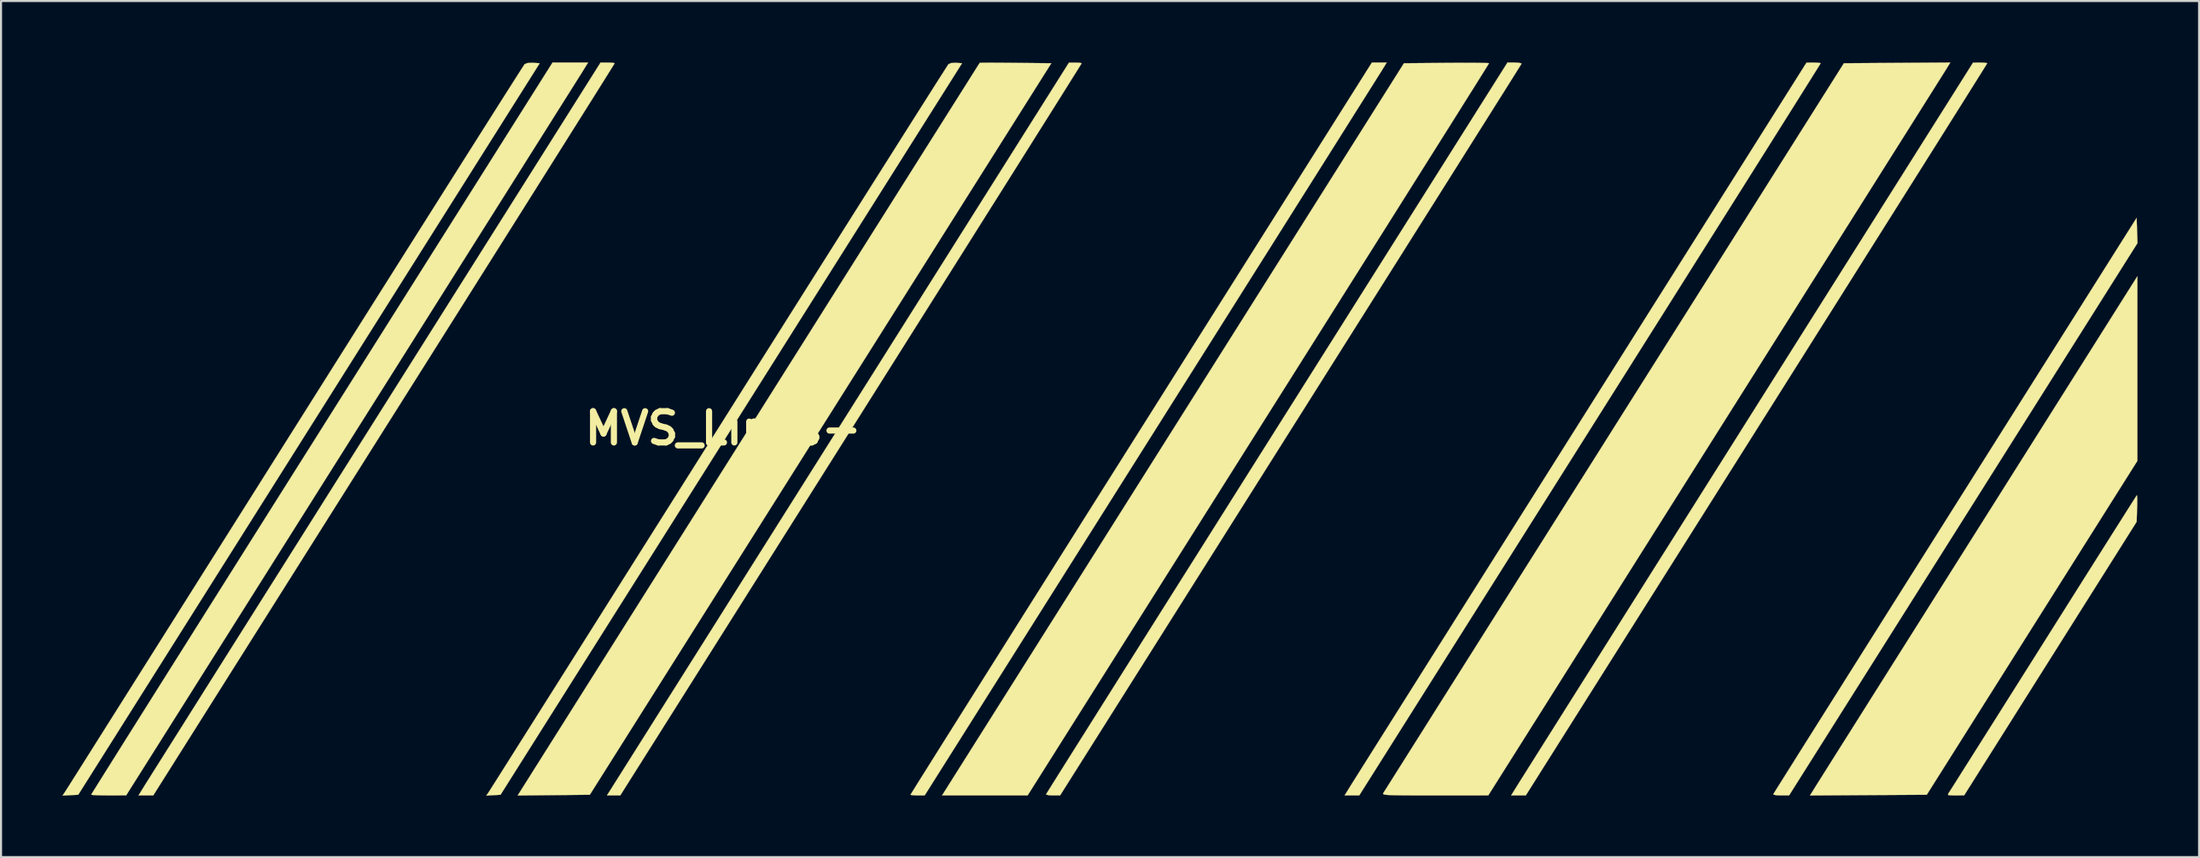
<source format=kicad_pcb>
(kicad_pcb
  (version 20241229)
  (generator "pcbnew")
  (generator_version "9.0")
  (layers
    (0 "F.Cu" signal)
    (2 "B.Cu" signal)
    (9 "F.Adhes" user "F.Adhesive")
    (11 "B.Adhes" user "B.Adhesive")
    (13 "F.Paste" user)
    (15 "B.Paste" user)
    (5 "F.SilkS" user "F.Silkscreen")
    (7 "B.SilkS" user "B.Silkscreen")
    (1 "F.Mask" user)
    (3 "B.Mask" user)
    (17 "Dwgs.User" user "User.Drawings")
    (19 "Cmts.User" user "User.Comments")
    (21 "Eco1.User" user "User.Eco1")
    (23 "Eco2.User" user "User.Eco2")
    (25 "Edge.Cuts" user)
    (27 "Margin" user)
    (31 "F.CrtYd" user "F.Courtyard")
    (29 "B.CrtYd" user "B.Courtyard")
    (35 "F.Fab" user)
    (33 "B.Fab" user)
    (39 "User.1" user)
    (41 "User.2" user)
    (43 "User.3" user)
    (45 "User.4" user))
  (footprint "MVS_Lines-"
    (layer "F.Cu")
    (at 32.244 17.873)
    (property "Reference" "MVS_Lines-" (at 0 0 0) (layer "F.SilkS") (effects (font (size 1.524 1.524) (thickness 0.3))))
    (attr through_hole)
    (fp_poly (pts (xy 69.015 1.591) (xy 63.876 9.745) (xy 58.737 17.9) (xy 55.888 17.917) (xy 53.038 17.935) (xy 53.277 17.551) (xy 53.336 17.457) (xy 53.465 17.252) (xy 53.659 16.944) (xy 53.915 16.537) (xy 54.23 16.036) (xy 54.601 15.447) (xy 55.024 14.776) (xy 55.495 14.029) (xy 56.01 13.21) (xy 56.568 12.325) (xy 57.163 11.38) (xy 57.793 10.381) (xy 58.454 9.332) (xy 59.142 8.239) (xy 59.855 7.108) (xy 60.588 5.945) (xy 61.266 4.87) (xy 69.015 -7.427) (xy 69.015 1.591)) (stroke (width 0.01) (type solid)) (fill yes) (layer "F.SilkS"))
    (fp_poly (pts (xy 69.021 -9.049) (xy 60.519 4.442) (xy 52.017 17.933) (xy 51.62 17.933) (xy 51.407 17.924) (xy 51.274 17.898) (xy 51.248 17.873) (xy 51.286 17.811) (xy 51.393 17.638) (xy 51.567 17.36) (xy 51.805 16.982) (xy 52.103 16.508) (xy 52.457 15.943) (xy 52.866 15.293) (xy 53.326 14.562) (xy 53.833 13.756) (xy 54.385 12.88) (xy 54.978 11.937) (xy 55.61 10.934) (xy 56.276 9.876) (xy 56.975 8.766) (xy 57.702 7.612) (xy 58.456 6.416) (xy 59.232 5.185) (xy 60.027 3.922) (xy 60.125 3.767) (xy 68.979 -10.28) (xy 69.021 -9.049)) (stroke (width 0.01) (type solid)) (fill yes) (layer "F.SilkS"))
    (fp_poly (pts (xy 36.725 -17.853) (xy 37.051 -17.849) (xy 37.273 -17.843) (xy 37.371 -17.835) (xy 37.374 -17.833) (xy 37.338 -17.773) (xy 37.232 -17.602) (xy 37.059 -17.325) (xy 36.822 -16.945) (xy 36.523 -16.468) (xy 36.164 -15.897) (xy 35.75 -15.237) (xy 35.283 -14.493) (xy 34.764 -13.669) (xy 34.198 -12.768) (xy 33.587 -11.797) (xy 32.934 -10.758) (xy 32.241 -9.657) (xy 31.511 -8.498) (xy 30.747 -7.285) (xy 29.952 -6.022) (xy 29.129 -4.715) (xy 28.28 -3.367) (xy 27.408 -1.983) (xy 26.515 -0.567) (xy 26.115 0.068) (xy 14.856 17.933) (xy 10.681 17.933) (xy 21.952 0.05) (xy 33.222 -17.833) (xy 35.298 -17.851) (xy 35.83 -17.854) (xy 36.312 -17.855) (xy 36.725 -17.853)) (stroke (width 0.01) (type solid)) (fill yes) (layer "F.SilkS"))
    (fp_poly (pts (xy 69.004 3.315) (xy 69.009 3.47) (xy 69.008 3.705) (xy 69.002 3.901) (xy 68.979 4.567) (xy 60.561 17.93) (xy 60.142 17.932) (xy 59.908 17.93) (xy 59.794 17.916) (xy 59.772 17.876) (xy 59.816 17.798) (xy 59.827 17.783) (xy 59.876 17.708) (xy 59.993 17.524) (xy 60.173 17.239) (xy 60.413 16.859) (xy 60.707 16.393) (xy 61.052 15.847) (xy 61.442 15.229) (xy 61.874 14.545) (xy 62.342 13.802) (xy 62.842 13.009) (xy 63.37 12.171) (xy 63.922 11.296) (xy 64.444 10.467) (xy 65.011 9.567) (xy 65.558 8.699) (xy 66.08 7.87) (xy 66.574 7.087) (xy 67.034 6.358) (xy 67.457 5.688) (xy 67.837 5.085) (xy 68.172 4.557) (xy 68.455 4.109) (xy 68.683 3.749) (xy 68.851 3.484) (xy 68.956 3.321) (xy 68.991 3.267) (xy 69.004 3.315)) (stroke (width 0.01) (type solid)) (fill yes) (layer "F.SilkS"))
    (fp_poly (pts (xy -5.441 -17.86) (xy -5.317 -17.843) (xy -5.298 -17.832) (xy -5.334 -17.772) (xy -5.44 -17.601) (xy -5.613 -17.324) (xy -5.85 -16.944) (xy -6.149 -16.467) (xy -6.507 -15.896) (xy -6.922 -15.237) (xy -7.389 -14.493) (xy -7.908 -13.668) (xy -8.474 -12.768) (xy -9.085 -11.797) (xy -9.738 -10.758) (xy -10.431 -9.657) (xy -11.161 -8.498) (xy -11.925 -7.285) (xy -12.72 -6.022) (xy -13.543 -4.715) (xy -14.392 -3.367) (xy -15.264 -1.983) (xy -16.156 -0.567) (xy -16.557 0.068) (xy -27.816 17.933) (xy -28.534 17.933) (xy -28.291 17.54) (xy -28.236 17.451) (xy -28.11 17.251) (xy -27.918 16.945) (xy -27.661 16.537) (xy -27.343 16.032) (xy -26.967 15.434) (xy -26.535 14.749) (xy -26.051 13.98) (xy -25.517 13.132) (xy -24.937 12.21) (xy -24.312 11.218) (xy -23.646 10.161) (xy -22.942 9.044) (xy -22.203 7.87) (xy -21.431 6.646) (xy -20.63 5.374) (xy -19.802 4.06) (xy -18.951 2.708) (xy -18.078 1.323) (xy -17.187 -0.09) (xy -17.018 -0.359) (xy -5.987 -17.864) (xy -5.642 -17.865) (xy -5.441 -17.86)) (stroke (width 0.01) (type solid)) (fill yes) (layer "F.SilkS"))
    (fp_poly (pts (xy 17.37 -17.858) (xy 17.479 -17.839) (xy 17.49 -17.829) (xy 17.454 -17.769) (xy 17.348 -17.598) (xy 17.175 -17.32) (xy 16.937 -16.941) (xy 16.638 -16.463) (xy 16.28 -15.892) (xy 15.866 -15.232) (xy 15.398 -14.488) (xy 14.88 -13.664) (xy 14.314 -12.763) (xy 13.703 -11.791) (xy 13.049 -10.753) (xy 12.356 -9.652) (xy 11.627 -8.492) (xy 10.863 -7.279) (xy 10.068 -6.017) (xy 9.244 -4.709) (xy 8.395 -3.361) (xy 7.523 -1.977) (xy 6.631 -0.561) (xy 6.233 0.071) (xy -5.024 17.933) (xy -5.673 17.933) (xy -5.467 17.608) (xy -5.414 17.524) (xy -5.292 17.33) (xy -5.102 17.029) (xy -4.849 16.627) (xy -4.534 16.127) (xy -4.161 15.535) (xy -3.732 14.854) (xy -3.251 14.09) (xy -2.72 13.246) (xy -2.141 12.328) (xy -1.519 11.34) (xy -0.855 10.287) (xy -0.153 9.172) (xy 0.584 8.001) (xy 1.354 6.778) (xy 2.154 5.508) (xy 2.981 4.195) (xy 3.832 2.844) (xy 4.705 1.459) (xy 5.595 0.045) (xy 5.806 -0.289) (xy 16.873 -17.861) (xy 17.181 -17.864) (xy 17.37 -17.858)) (stroke (width 0.01) (type solid)) (fill yes) (layer "F.SilkS"))
    (fp_poly (pts (xy 32.138 -17.473) (xy 32.082 -17.384) (xy 31.956 -17.184) (xy 31.764 -16.878) (xy 31.507 -16.47) (xy 31.189 -15.965) (xy 30.813 -15.368) (xy 30.382 -14.682) (xy 29.898 -13.913) (xy 29.364 -13.065) (xy 28.783 -12.143) (xy 28.158 -11.152) (xy 27.493 -10.095) (xy 26.789 -8.977) (xy 26.049 -7.804) (xy 25.278 -6.579) (xy 24.477 -5.307) (xy 23.649 -3.993) (xy 22.797 -2.641) (xy 21.924 -1.256) (xy 21.034 0.157) (xy 20.864 0.426) (xy 9.833 17.931) (xy 9.489 17.932) (xy 9.288 17.926) (xy 9.163 17.908) (xy 9.144 17.896) (xy 9.18 17.836) (xy 9.286 17.665) (xy 9.459 17.387) (xy 9.696 17.007) (xy 9.996 16.53) (xy 10.354 15.959) (xy 10.768 15.299) (xy 11.236 14.555) (xy 11.754 13.73) (xy 12.32 12.83) (xy 12.931 11.858) (xy 13.585 10.82) (xy 14.277 9.718) (xy 15.007 8.559) (xy 15.771 7.346) (xy 16.566 6.083) (xy 17.389 4.776) (xy 18.238 3.428) (xy 19.11 2.044) (xy 20.003 0.628) (xy 20.401 -0.004) (xy 31.658 -17.867) (xy 32.38 -17.867) (xy 32.138 -17.473)) (stroke (width 0.01) (type solid)) (fill yes) (layer "F.SilkS"))
    (fp_poly (pts (xy 53.414 -17.859) (xy 53.538 -17.843) (xy 53.558 -17.832) (xy 53.522 -17.772) (xy 53.416 -17.601) (xy 53.243 -17.324) (xy 53.005 -16.944) (xy 52.706 -16.467) (xy 52.348 -15.896) (xy 51.934 -15.237) (xy 51.466 -14.493) (xy 50.948 -13.668) (xy 50.382 -12.768) (xy 49.771 -11.797) (xy 49.117 -10.758) (xy 48.424 -9.657) (xy 47.694 -8.498) (xy 46.931 -7.285) (xy 46.136 -6.022) (xy 45.312 -4.715) (xy 44.463 -3.367) (xy 43.591 -1.983) (xy 42.699 -0.567) (xy 42.299 0.068) (xy 31.04 17.933) (xy 30.326 17.933) (xy 30.567 17.544) (xy 30.622 17.455) (xy 30.747 17.256) (xy 30.94 16.95) (xy 31.196 16.542) (xy 31.514 16.037) (xy 31.889 15.44) (xy 32.321 14.755) (xy 32.805 13.986) (xy 33.338 13.139) (xy 33.919 12.217) (xy 34.543 11.225) (xy 35.209 10.169) (xy 35.912 9.051) (xy 36.652 7.878) (xy 37.423 6.653) (xy 38.224 5.382) (xy 39.052 4.068) (xy 39.903 2.716) (xy 40.776 1.331) (xy 41.666 -0.083) (xy 41.837 -0.354) (xy 52.868 -17.863) (xy 53.213 -17.865) (xy 53.414 -17.859)) (stroke (width 0.01) (type solid)) (fill yes) (layer "F.SilkS"))
    (fp_poly (pts (xy 61.542 -17.859) (xy 61.666 -17.843) (xy 61.686 -17.832) (xy 61.65 -17.772) (xy 61.544 -17.601) (xy 61.371 -17.324) (xy 61.133 -16.944) (xy 60.834 -16.467) (xy 60.476 -15.896) (xy 60.062 -15.237) (xy 59.594 -14.493) (xy 59.076 -13.668) (xy 58.51 -12.768) (xy 57.899 -11.797) (xy 57.245 -10.758) (xy 56.552 -9.657) (xy 55.822 -8.498) (xy 55.059 -7.285) (xy 54.264 -6.022) (xy 53.44 -4.715) (xy 52.591 -3.367) (xy 51.719 -1.983) (xy 50.827 -0.567) (xy 50.427 0.068) (xy 39.168 17.933) (xy 38.454 17.933) (xy 38.695 17.544) (xy 38.75 17.455) (xy 38.875 17.256) (xy 39.068 16.95) (xy 39.324 16.542) (xy 39.642 16.037) (xy 40.017 15.44) (xy 40.449 14.755) (xy 40.933 13.986) (xy 41.466 13.139) (xy 42.047 12.217) (xy 42.671 11.225) (xy 43.337 10.169) (xy 44.04 9.051) (xy 44.78 7.878) (xy 45.551 6.653) (xy 46.352 5.382) (xy 47.18 4.068) (xy 48.031 2.716) (xy 48.904 1.331) (xy 49.794 -0.083) (xy 49.965 -0.354) (xy 60.996 -17.863) (xy 61.341 -17.865) (xy 61.542 -17.859)) (stroke (width 0.01) (type solid)) (fill yes) (layer "F.SilkS"))
    (fp_poly (pts (xy -9.279 -17.854) (xy -8.956 -17.833) (xy -20.216 0.033) (xy -31.476 17.9) (xy -31.857 17.92) (xy -32.239 17.941) (xy -32.093 17.72) (xy -32.046 17.646) (xy -31.928 17.46) (xy -31.744 17.167) (xy -31.495 16.773) (xy -31.185 16.282) (xy -30.816 15.697) (xy -30.392 15.024) (xy -29.915 14.267) (xy -29.388 13.431) (xy -28.814 12.52) (xy -28.195 11.538) (xy -27.535 10.491) (xy -26.836 9.382) (xy -26.102 8.216) (xy -25.334 6.997) (xy -24.536 5.731) (xy -23.711 4.421) (xy -22.862 3.073) (xy -21.991 1.689) (xy -21.101 0.276) (xy -20.864 -0.1) (xy -19.97 -1.519) (xy -19.095 -2.908) (xy -18.241 -4.263) (xy -17.411 -5.58) (xy -16.608 -6.854) (xy -15.834 -8.08) (xy -15.093 -9.255) (xy -14.387 -10.373) (xy -13.72 -11.43) (xy -13.093 -12.423) (xy -12.51 -13.346) (xy -11.974 -14.194) (xy -11.487 -14.964) (xy -11.052 -15.651) (xy -10.672 -16.251) (xy -10.349 -16.759) (xy -10.088 -17.17) (xy -9.89 -17.48) (xy -9.758 -17.685) (xy -9.695 -17.781) (xy -9.69 -17.787) (xy -9.549 -17.844) (xy -9.308 -17.856) (xy -9.279 -17.854)) (stroke (width 0.01) (type solid)) (fill yes) (layer "F.SilkS"))
    (fp_poly (pts (xy -6.836 -17.477) (xy -6.891 -17.388) (xy -7.016 -17.189) (xy -7.209 -16.883) (xy -7.465 -16.475) (xy -7.783 -15.971) (xy -8.159 -15.374) (xy -8.59 -14.688) (xy -9.074 -13.92) (xy -9.608 -13.072) (xy -10.188 -12.15) (xy -10.812 -11.159) (xy -11.478 -10.102) (xy -12.182 -8.985) (xy -12.921 -7.811) (xy -13.692 -6.587) (xy -14.493 -5.315) (xy -15.321 -4.001) (xy -16.172 -2.649) (xy -17.045 -1.264) (xy -17.936 0.149) (xy -18.107 0.421) (xy -29.137 17.93) (xy -29.99 17.932) (xy -30.323 17.929) (xy -30.594 17.922) (xy -30.777 17.91) (xy -30.843 17.896) (xy -30.807 17.836) (xy -30.701 17.665) (xy -30.528 17.387) (xy -30.29 17.007) (xy -29.991 16.53) (xy -29.633 15.959) (xy -29.219 15.299) (xy -28.751 14.555) (xy -28.233 13.73) (xy -27.667 12.83) (xy -27.056 11.858) (xy -26.402 10.82) (xy -25.709 9.718) (xy -24.98 8.559) (xy -24.216 7.346) (xy -23.421 6.083) (xy -22.598 4.776) (xy -21.749 3.428) (xy -20.877 2.044) (xy -19.984 0.628) (xy -19.586 -0.004) (xy -8.329 -17.867) (xy -6.596 -17.867) (xy -6.836 -17.477)) (stroke (width 0.01) (type solid)) (fill yes) (layer "F.SilkS"))
    (fp_poly (pts (xy 11.368 -17.854) (xy 11.655 -17.833) (xy 0.394 0.033) (xy -10.866 17.9) (xy -11.214 17.921) (xy -11.561 17.941) (xy -11.453 17.787) (xy -11.408 17.718) (xy -11.294 17.537) (xy -11.112 17.251) (xy -10.867 16.862) (xy -10.559 16.375) (xy -10.194 15.796) (xy -9.772 15.127) (xy -9.297 14.375) (xy -8.773 13.543) (xy -8.201 12.636) (xy -7.584 11.658) (xy -6.926 10.614) (xy -6.229 9.508) (xy -5.496 8.344) (xy -4.73 7.128) (xy -3.933 5.863) (xy -3.108 4.555) (xy -2.259 3.207) (xy -1.388 1.824) (xy -0.497 0.41) (xy -0.218 -0.033) (xy 0.677 -1.455) (xy 1.554 -2.847) (xy 2.41 -4.205) (xy 3.241 -5.524) (xy 4.046 -6.801) (xy 4.821 -8.03) (xy 5.564 -9.207) (xy 6.272 -10.329) (xy 6.941 -11.389) (xy 7.57 -12.385) (xy 8.155 -13.31) (xy 8.693 -14.162) (xy 9.182 -14.936) (xy 9.619 -15.626) (xy 10.001 -16.229) (xy 10.325 -16.741) (xy 10.589 -17.156) (xy 10.79 -17.47) (xy 10.924 -17.68) (xy 10.989 -17.78) (xy 10.995 -17.788) (xy 11.132 -17.844) (xy 11.355 -17.855) (xy 11.368 -17.854)) (stroke (width 0.01) (type solid)) (fill yes) (layer "F.SilkS"))
    (fp_poly (pts (xy 38.827 -17.856) (xy 38.944 -17.829) (xy 38.959 -17.809) (xy 38.921 -17.747) (xy 38.813 -17.575) (xy 38.638 -17.295) (xy 38.399 -16.914) (xy 38.098 -16.435) (xy 37.738 -15.863) (xy 37.322 -15.201) (xy 36.852 -14.456) (xy 36.332 -13.63) (xy 35.765 -12.728) (xy 35.152 -11.755) (xy 34.498 -10.716) (xy 33.803 -9.614) (xy 33.073 -8.453) (xy 32.308 -7.24) (xy 31.512 -5.977) (xy 30.688 -4.669) (xy 29.838 -3.321) (xy 28.966 -1.936) (xy 28.074 -0.521) (xy 27.688 0.091) (xy 16.441 17.933) (xy 16.089 17.933) (xy 15.891 17.922) (xy 15.774 17.894) (xy 15.76 17.873) (xy 15.798 17.812) (xy 15.906 17.639) (xy 16.081 17.359) (xy 16.32 16.978) (xy 16.621 16.499) (xy 16.981 15.926) (xy 17.397 15.265) (xy 17.867 14.519) (xy 18.386 13.693) (xy 18.954 12.791) (xy 19.566 11.818) (xy 20.221 10.778) (xy 20.915 9.676) (xy 21.646 8.516) (xy 22.411 7.302) (xy 23.207 6.039) (xy 24.031 4.731) (xy 24.88 3.383) (xy 25.752 1.999) (xy 26.645 0.583) (xy 27.029 -0.027) (xy 38.274 -17.867) (xy 38.628 -17.867) (xy 38.827 -17.856)) (stroke (width 0.01) (type solid)) (fill yes) (layer "F.SilkS"))
    (fp_poly (pts (xy 13.483 -17.857) (xy 13.936 -17.854) (xy 14.272 -17.851) (xy 16.012 -17.833) (xy 4.752 0.033) (xy -6.509 17.9) (xy -10.03 17.936) (xy -9.851 17.651) (xy -9.8 17.571) (xy -9.68 17.38) (xy -9.492 17.083) (xy -9.241 16.683) (xy -8.928 16.187) (xy -8.557 15.598) (xy -8.13 14.92) (xy -7.65 14.159) (xy -7.121 13.318) (xy -6.544 12.402) (xy -5.923 11.417) (xy -5.261 10.366) (xy -4.56 9.253) (xy -3.823 8.084) (xy -3.054 6.863) (xy -2.255 5.594) (xy -1.428 4.282) (xy -0.578 2.931) (xy 0.295 1.547) (xy 1.186 0.133) (xy 1.416 -0.233) (xy 2.309 -1.651) (xy 3.183 -3.039) (xy 4.036 -4.392) (xy 4.864 -5.707) (xy 5.665 -6.978) (xy 6.436 -8.202) (xy 7.174 -9.373) (xy 7.877 -10.488) (xy 8.541 -11.542) (xy 9.164 -12.531) (xy 9.743 -13.45) (xy 10.275 -14.294) (xy 10.758 -15.06) (xy 11.188 -15.743) (xy 11.564 -16.338) (xy 11.881 -16.841) (xy 12.137 -17.248) (xy 12.33 -17.554) (xy 12.457 -17.755) (xy 12.515 -17.846) (xy 12.518 -17.851) (xy 12.592 -17.855) (xy 12.79 -17.858) (xy 13.094 -17.859) (xy 13.483 -17.857)) (stroke (width 0.01) (type solid)) (fill yes) (layer "F.SilkS"))
    (fp_poly (pts (xy 59.643 -17.474) (xy 59.587 -17.385) (xy 59.461 -17.185) (xy 59.269 -16.879) (xy 59.012 -16.471) (xy 58.694 -15.966) (xy 58.318 -15.368) (xy 57.887 -14.682) (xy 57.402 -13.913) (xy 56.868 -13.066) (xy 56.288 -12.144) (xy 55.663 -11.152) (xy 54.997 -10.095) (xy 54.293 -8.977) (xy 53.554 -7.804) (xy 52.782 -6.579) (xy 51.981 -5.307) (xy 51.153 -3.993) (xy 50.301 -2.641) (xy 49.429 -1.256) (xy 48.538 0.157) (xy 48.369 0.426) (xy 37.338 17.931) (xy 34.741 17.932) (xy 34.059 17.932) (xy 33.508 17.931) (xy 33.076 17.928) (xy 32.748 17.923) (xy 32.511 17.915) (xy 32.352 17.903) (xy 32.257 17.888) (xy 32.212 17.867) (xy 32.205 17.841) (xy 32.216 17.817) (xy 32.258 17.75) (xy 32.37 17.573) (xy 32.549 17.289) (xy 32.792 16.903) (xy 33.097 16.42) (xy 33.46 15.843) (xy 33.88 15.178) (xy 34.352 14.428) (xy 34.875 13.598) (xy 35.446 12.693) (xy 36.061 11.717) (xy 36.718 10.675) (xy 37.415 9.57) (xy 38.148 8.408) (xy 38.914 7.192) (xy 39.711 5.928) (xy 40.536 4.619) (xy 41.386 3.271) (xy 42.259 1.887) (xy 43.151 0.472) (xy 43.49 -0.067) (xy 54.692 -17.833) (xy 57.289 -17.851) (xy 59.886 -17.868) (xy 59.643 -17.474)) (stroke (width 0.01) (type solid)) (fill yes) (layer "F.SilkS")))
  (gr_rect
    (start -3 -3)
    (end 104.27 38.82)
    (stroke (width 0.1) (type default))
    (fill no)
    (layer "Edge.Cuts")))
</source>
